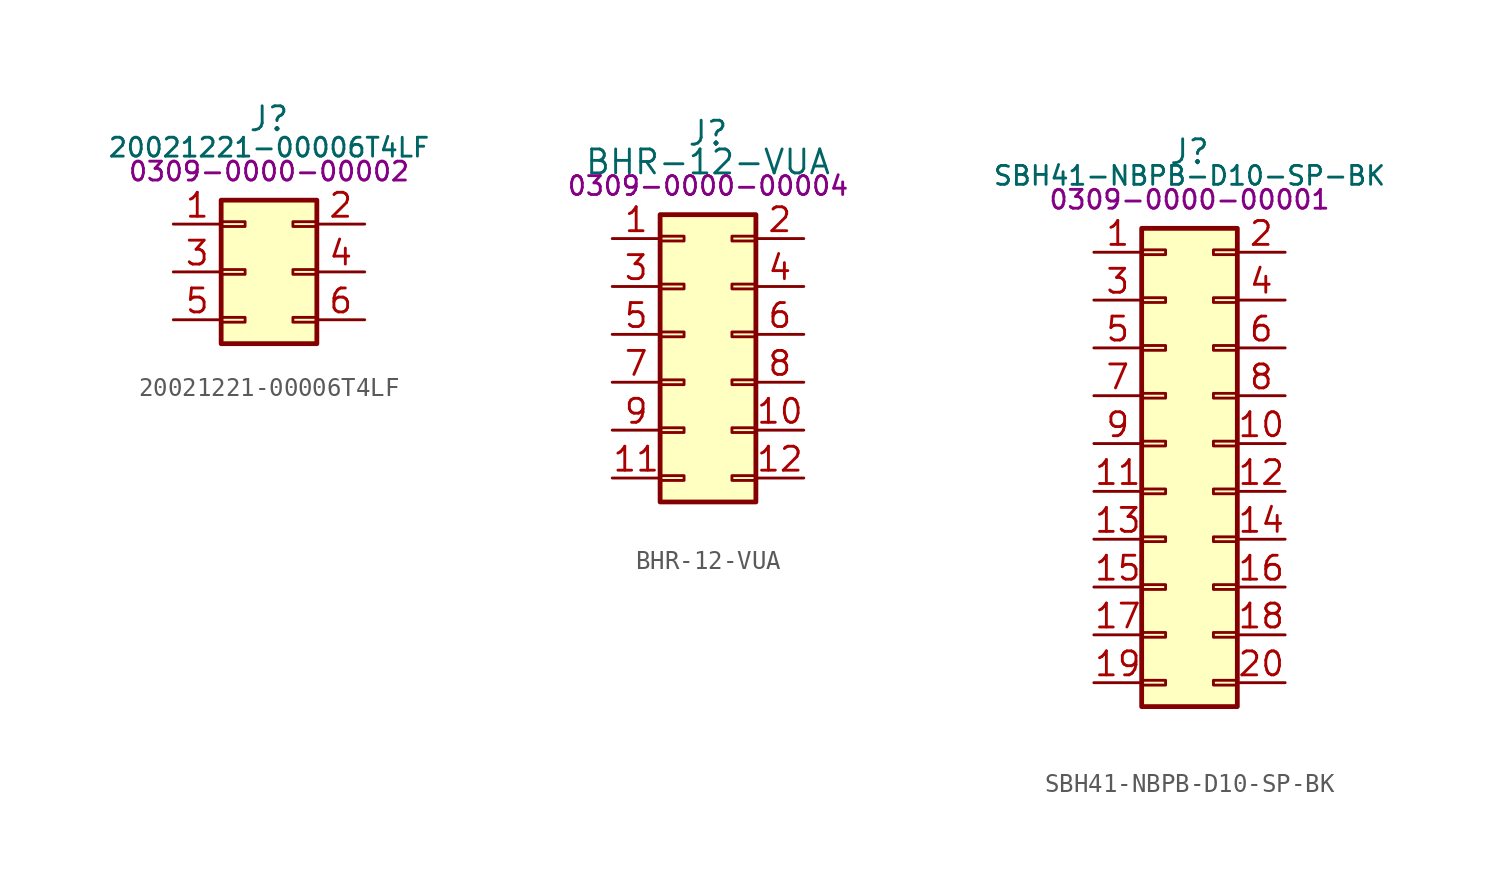
<source format=kicad_sym>
(kicad_symbol_lib
  (version 20231120)
  (generator "kicad_symbol_editor")
  (generator_version "8.0")
  (symbol "20021221-00006T4LF"
    (pin_names hide)
    (property "Reference" "J"
      (at 2.54 3.048 0)
      (effects (font (size 1.27 1.27))))
    (property "Value" "20021221-00006T4LF"
      (at 2.54 1.524 0)
      (effects (font (size 1 1))))
    (property "PartNumber" "0309-0000-00002"
      (at 2.54 0.254 0)
      (effects (font (size 1 1))))
    (symbol "20021221-00006T4LF_1_1"
      (rectangle (start 0 -7.493) (end 1.27 -7.747) (stroke (width 0.152) (type default)) (fill (type none)))
      (rectangle (start 0 -4.953) (end 1.27 -5.207) (stroke (width 0.152) (type default)) (fill (type none)))
      (rectangle (start 0 -2.413) (end 1.27 -2.667) (stroke (width 0.152) (type default)) (fill (type none)))
      (rectangle (start 0 -1.27) (end 5.08 -8.89) (stroke (width 0.254) (type default)) (fill (type background)))
      (rectangle (start 5.08 -7.493) (end 3.81 -7.747) (stroke (width 0.152) (type default)) (fill (type none)))
      (rectangle (start 5.08 -4.953) (end 3.81 -5.207) (stroke (width 0.152) (type default)) (fill (type none)))
      (rectangle (start 5.08 -2.413) (end 3.81 -2.667) (stroke (width 0.152) (type default)) (fill (type none)))
      (pin passive line (at -2.54 -2.54 0) (length 2.54) (name "Pin_1" (effects (font (size 1.27 1.27)))) (number "1" (effects (font (size 1.27 1.27)))))
      (pin passive line (at 7.62 -2.54 180) (length 2.54) (name "Pin_2" (effects (font (size 1.27 1.27)))) (number "2" (effects (font (size 1.27 1.27)))))
      (pin passive line (at -2.54 -5.08 0) (length 2.54) (name "Pin_3" (effects (font (size 1.27 1.27)))) (number "3" (effects (font (size 1.27 1.27)))))
      (pin passive line (at 7.62 -5.08 180) (length 2.54) (name "Pin_4" (effects (font (size 1.27 1.27)))) (number "4" (effects (font (size 1.27 1.27)))))
      (pin passive line (at -2.54 -7.62 0) (length 2.54) (name "Pin_5" (effects (font (size 1.27 1.27)))) (number "5" (effects (font (size 1.27 1.27)))))
      (pin passive line (at 7.62 -7.62 180) (length 2.54) (name "Pin_6" (effects (font (size 1.27 1.27)))) (number "6" (effects (font (size 1.27 1.27)))))))
  (symbol "BHR-12-VUA"
    (pin_names hide)
    (property "Reference" "J"
      (at 2.54 3.048 0)
      (effects (font (size 1.27 1.27))))
    (property "Value" "BHR-12-VUA"
      (at 2.54 1.524 0)
      (effects (font (size 1.27 1.27))))
    (property "PartNumber" "0309-0000-00004"
      (at 2.54 0.254 0)
      (effects (font (size 1 1))))
    (symbol "BHR-12-VUA_1_1"
      (rectangle (start 0 -15.113) (end 1.27 -15.367) (stroke (width 0.152) (type default)) (fill (type none)))
      (rectangle (start 0 -12.573) (end 1.27 -12.827) (stroke (width 0.152) (type default)) (fill (type none)))
      (rectangle (start 0 -10.033) (end 1.27 -10.287) (stroke (width 0.152) (type default)) (fill (type none)))
      (rectangle (start 0 -7.493) (end 1.27 -7.747) (stroke (width 0.152) (type default)) (fill (type none)))
      (rectangle (start 0 -4.953) (end 1.27 -5.207) (stroke (width 0.152) (type default)) (fill (type none)))
      (rectangle (start 0 -2.413) (end 1.27 -2.667) (stroke (width 0.152) (type default)) (fill (type none)))
      (rectangle (start 0 -1.27) (end 5.08 -16.51) (stroke (width 0.254) (type default)) (fill (type background)))
      (rectangle (start 5.08 -15.113) (end 3.81 -15.367) (stroke (width 0.152) (type default)) (fill (type none)))
      (rectangle (start 5.08 -12.573) (end 3.81 -12.827) (stroke (width 0.152) (type default)) (fill (type none)))
      (rectangle (start 5.08 -10.033) (end 3.81 -10.287) (stroke (width 0.152) (type default)) (fill (type none)))
      (rectangle (start 5.08 -7.493) (end 3.81 -7.747) (stroke (width 0.152) (type default)) (fill (type none)))
      (rectangle (start 5.08 -4.953) (end 3.81 -5.207) (stroke (width 0.152) (type default)) (fill (type none)))
      (rectangle (start 5.08 -2.413) (end 3.81 -2.667) (stroke (width 0.152) (type default)) (fill (type none)))
      (pin passive line (at -2.54 -2.54 0) (length 2.54) (name "Pin_1" (effects (font (size 1.27 1.27)))) (number "1" (effects (font (size 1.27 1.27)))))
      (pin passive line (at 7.62 -12.7 180) (length 2.54) (name "Pin_10" (effects (font (size 1.27 1.27)))) (number "10" (effects (font (size 1.27 1.27)))))
      (pin passive line (at -2.54 -15.24 0) (length 2.54) (name "Pin_11" (effects (font (size 1.27 1.27)))) (number "11" (effects (font (size 1.27 1.27)))))
      (pin passive line (at 7.62 -15.24 180) (length 2.54) (name "Pin_12" (effects (font (size 1.27 1.27)))) (number "12" (effects (font (size 1.27 1.27)))))
      (pin passive line (at 7.62 -2.54 180) (length 2.54) (name "Pin_2" (effects (font (size 1.27 1.27)))) (number "2" (effects (font (size 1.27 1.27)))))
      (pin passive line (at -2.54 -5.08 0) (length 2.54) (name "Pin_3" (effects (font (size 1.27 1.27)))) (number "3" (effects (font (size 1.27 1.27)))))
      (pin passive line (at 7.62 -5.08 180) (length 2.54) (name "Pin_4" (effects (font (size 1.27 1.27)))) (number "4" (effects (font (size 1.27 1.27)))))
      (pin passive line (at -2.54 -7.62 0) (length 2.54) (name "Pin_5" (effects (font (size 1.27 1.27)))) (number "5" (effects (font (size 1.27 1.27)))))
      (pin passive line (at 7.62 -7.62 180) (length 2.54) (name "Pin_6" (effects (font (size 1.27 1.27)))) (number "6" (effects (font (size 1.27 1.27)))))
      (pin passive line (at -2.54 -10.16 0) (length 2.54) (name "Pin_7" (effects (font (size 1.27 1.27)))) (number "7" (effects (font (size 1.27 1.27)))))
      (pin passive line (at 7.62 -10.16 180) (length 2.54) (name "Pin_8" (effects (font (size 1.27 1.27)))) (number "8" (effects (font (size 1.27 1.27)))))
      (pin passive line (at -2.54 -12.7 0) (length 2.54) (name "Pin_9" (effects (font (size 1.27 1.27)))) (number "9" (effects (font (size 1.27 1.27)))))))
  (symbol "SBH41-NBPB-D10-SP-BK"
    (pin_names hide)
    (property "Reference" "J"
      (at 2.54 2.794 0)
      (effects (font (size 1.27 1.27))))
    (property "Value" "SBH41-NBPB-D10-SP-BK"
      (at 2.54 1.524 0)
      (effects (font (size 1 1))))
    (property "PartNumber" "0309-0000-00001"
      (at 2.54 0.254 0)
      (effects (font (size 1 1))))
    (symbol "SBH41-NBPB-D10-SP-BK_1_1"
      (rectangle (start 0 -25.273) (end 1.27 -25.527) (stroke (width 0.152) (type default)) (fill (type none)))
      (rectangle (start 0 -22.733) (end 1.27 -22.987) (stroke (width 0.152) (type default)) (fill (type none)))
      (rectangle (start 0 -20.193) (end 1.27 -20.447) (stroke (width 0.152) (type default)) (fill (type none)))
      (rectangle (start 0 -17.653) (end 1.27 -17.907) (stroke (width 0.152) (type default)) (fill (type none)))
      (rectangle (start 0 -15.113) (end 1.27 -15.367) (stroke (width 0.152) (type default)) (fill (type none)))
      (rectangle (start 0 -12.573) (end 1.27 -12.827) (stroke (width 0.152) (type default)) (fill (type none)))
      (rectangle (start 0 -10.033) (end 1.27 -10.287) (stroke (width 0.152) (type default)) (fill (type none)))
      (rectangle (start 0 -7.493) (end 1.27 -7.747) (stroke (width 0.152) (type default)) (fill (type none)))
      (rectangle (start 0 -4.953) (end 1.27 -5.207) (stroke (width 0.152) (type default)) (fill (type none)))
      (rectangle (start 0 -2.413) (end 1.27 -2.667) (stroke (width 0.152) (type default)) (fill (type none)))
      (rectangle (start 0 -1.27) (end 5.08 -26.67) (stroke (width 0.254) (type default)) (fill (type background)))
      (rectangle (start 5.08 -25.273) (end 3.81 -25.527) (stroke (width 0.152) (type default)) (fill (type none)))
      (rectangle (start 5.08 -22.733) (end 3.81 -22.987) (stroke (width 0.152) (type default)) (fill (type none)))
      (rectangle (start 5.08 -20.193) (end 3.81 -20.447) (stroke (width 0.152) (type default)) (fill (type none)))
      (rectangle (start 5.08 -17.653) (end 3.81 -17.907) (stroke (width 0.152) (type default)) (fill (type none)))
      (rectangle (start 5.08 -15.113) (end 3.81 -15.367) (stroke (width 0.152) (type default)) (fill (type none)))
      (rectangle (start 5.08 -12.573) (end 3.81 -12.827) (stroke (width 0.152) (type default)) (fill (type none)))
      (rectangle (start 5.08 -10.033) (end 3.81 -10.287) (stroke (width 0.152) (type default)) (fill (type none)))
      (rectangle (start 5.08 -7.493) (end 3.81 -7.747) (stroke (width 0.152) (type default)) (fill (type none)))
      (rectangle (start 5.08 -4.953) (end 3.81 -5.207) (stroke (width 0.152) (type default)) (fill (type none)))
      (rectangle (start 5.08 -2.413) (end 3.81 -2.667) (stroke (width 0.152) (type default)) (fill (type none)))
      (pin passive line (at -2.54 -2.54 0) (length 2.54) (name "Pin_1" (effects (font (size 1.27 1.27)))) (number "1" (effects (font (size 1.27 1.27)))))
      (pin passive line (at 7.62 -12.7 180) (length 2.54) (name "Pin_10" (effects (font (size 1.27 1.27)))) (number "10" (effects (font (size 1.27 1.27)))))
      (pin passive line (at -2.54 -15.24 0) (length 2.54) (name "Pin_11" (effects (font (size 1.27 1.27)))) (number "11" (effects (font (size 1.27 1.27)))))
      (pin passive line (at 7.62 -15.24 180) (length 2.54) (name "Pin_12" (effects (font (size 1.27 1.27)))) (number "12" (effects (font (size 1.27 1.27)))))
      (pin passive line (at -2.54 -17.78 0) (length 2.54) (name "Pin_13" (effects (font (size 1.27 1.27)))) (number "13" (effects (font (size 1.27 1.27)))))
      (pin passive line (at 7.62 -17.78 180) (length 2.54) (name "Pin_14" (effects (font (size 1.27 1.27)))) (number "14" (effects (font (size 1.27 1.27)))))
      (pin passive line (at -2.54 -20.32 0) (length 2.54) (name "Pin_15" (effects (font (size 1.27 1.27)))) (number "15" (effects (font (size 1.27 1.27)))))
      (pin passive line (at 7.62 -20.32 180) (length 2.54) (name "Pin_16" (effects (font (size 1.27 1.27)))) (number "16" (effects (font (size 1.27 1.27)))))
      (pin passive line (at -2.54 -22.86 0) (length 2.54) (name "Pin_17" (effects (font (size 1.27 1.27)))) (number "17" (effects (font (size 1.27 1.27)))))
      (pin passive line (at 7.62 -22.86 180) (length 2.54) (name "Pin_18" (effects (font (size 1.27 1.27)))) (number "18" (effects (font (size 1.27 1.27)))))
      (pin passive line (at -2.54 -25.4 0) (length 2.54) (name "Pin_19" (effects (font (size 1.27 1.27)))) (number "19" (effects (font (size 1.27 1.27)))))
      (pin passive line (at 7.62 -2.54 180) (length 2.54) (name "Pin_2" (effects (font (size 1.27 1.27)))) (number "2" (effects (font (size 1.27 1.27)))))
      (pin passive line (at 7.62 -25.4 180) (length 2.54) (name "Pin_20" (effects (font (size 1.27 1.27)))) (number "20" (effects (font (size 1.27 1.27)))))
      (pin passive line (at -2.54 -5.08 0) (length 2.54) (name "Pin_3" (effects (font (size 1.27 1.27)))) (number "3" (effects (font (size 1.27 1.27)))))
      (pin passive line (at 7.62 -5.08 180) (length 2.54) (name "Pin_4" (effects (font (size 1.27 1.27)))) (number "4" (effects (font (size 1.27 1.27)))))
      (pin passive line (at -2.54 -7.62 0) (length 2.54) (name "Pin_5" (effects (font (size 1.27 1.27)))) (number "5" (effects (font (size 1.27 1.27)))))
      (pin passive line (at 7.62 -7.62 180) (length 2.54) (name "Pin_6" (effects (font (size 1.27 1.27)))) (number "6" (effects (font (size 1.27 1.27)))))
      (pin passive line (at -2.54 -10.16 0) (length 2.54) (name "Pin_7" (effects (font (size 1.27 1.27)))) (number "7" (effects (font (size 1.27 1.27)))))
      (pin passive line (at 7.62 -10.16 180) (length 2.54) (name "Pin_8" (effects (font (size 1.27 1.27)))) (number "8" (effects (font (size 1.27 1.27)))))
      (pin passive line (at -2.54 -12.7 0) (length 2.54) (name "Pin_9" (effects (font (size 1.27 1.27)))) (number "9" (effects (font (size 1.27 1.27))))))))
</source>
